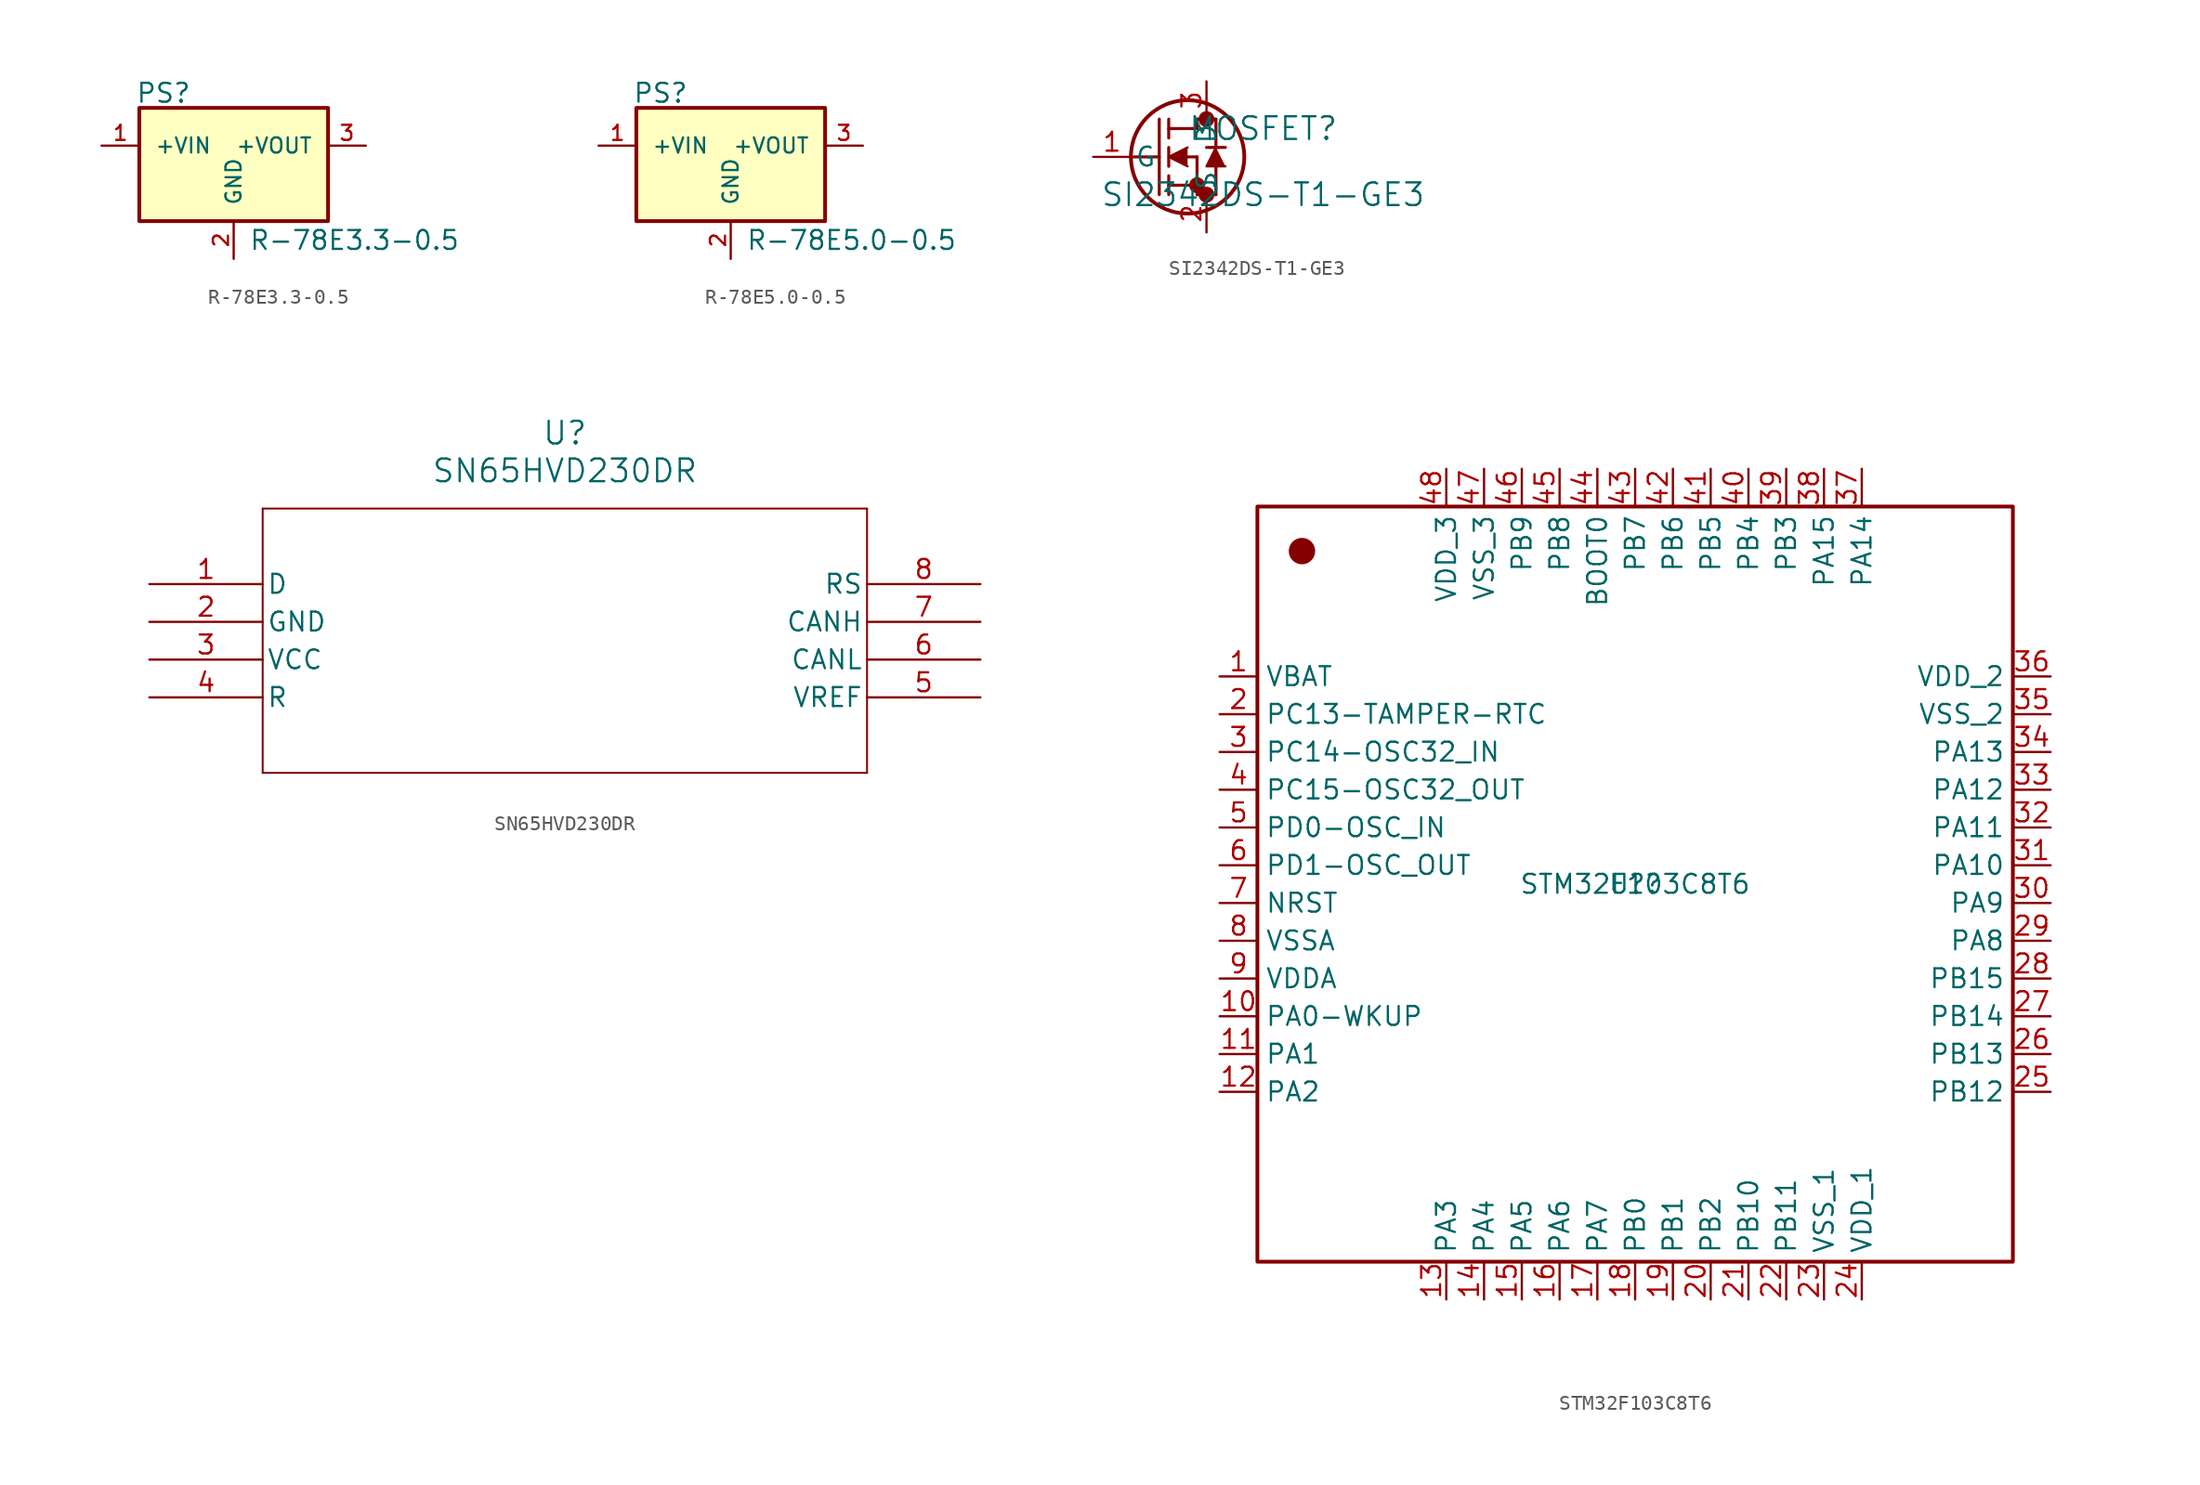
<source format=kicad_sym>
(kicad_symbol_lib
  (version 20241209)
  (generator "kicad_symbol_editor")
  (generator_version "9.0")
  (symbol "R-78E3.3-0.5"
    (pin_names
      (offset 1.016))
    (property "Reference" "PS"
      (at -6.604 2.794 0)
      (effects (font (size 1.27 1.27)) (justify left bottom)))
    (property "Value" "R-78E3.3-0.5"
      (at 1.016 -7.112 0)
      (effects (font (size 1.27 1.27)) (justify left bottom)))
    (symbol "R-78E3.3-0.5_0_0"
      (rectangle (start -6.35 2.54) (end 6.35 -5.08) (stroke (width 0.254) (type default)) (fill (type background)))
      (pin power_in line (at 0 -7.62 90) (length 2.54) (name "GND" (effects (font (size 1.016 1.016)))) (number "2" (effects (font (size 1.016 1.016))))))
    (symbol "R-78E3.3-0.5_1_0"
      (pin power_in line (at -8.89 0 0) (length 2.54) (name "+VIN" (effects (font (size 1.016 1.016)))) (number "1" (effects (font (size 1.016 1.016)))))
      (pin power_out line (at 8.89 0 180) (length 2.54) (name "+VOUT" (effects (font (size 1.016 1.016)))) (number "3" (effects (font (size 1.016 1.016)))))))
  (symbol "R-78E5.0-0.5"
    (pin_names
      (offset 1.016))
    (property "Reference" "PS"
      (at -6.604 2.794 0)
      (effects (font (size 1.27 1.27)) (justify left bottom)))
    (property "Value" "R-78E5.0-0.5"
      (at 1.016 -7.112 0)
      (effects (font (size 1.27 1.27)) (justify left bottom)))
    (symbol "R-78E5.0-0.5_0_0"
      (rectangle (start -6.35 2.54) (end 6.35 -5.08) (stroke (width 0.254) (type default)) (fill (type background)))
      (pin power_in line (at 0 -7.62 90) (length 2.54) (name "GND" (effects (font (size 1.016 1.016)))) (number "2" (effects (font (size 1.016 1.016))))))
    (symbol "R-78E5.0-0.5_1_0"
      (pin power_in line (at -8.89 0 0) (length 2.54) (name "+VIN" (effects (font (size 1.016 1.016)))) (number "1" (effects (font (size 1.016 1.016)))))
      (pin power_out line (at 8.89 0 180) (length 2.54) (name "+VOUT" (effects (font (size 1.016 1.016)))) (number "3" (effects (font (size 1.016 1.016)))))))
  (symbol "SI2342DS-T1-GE3"
    (pin_names
      (offset 0.254))
    (property "Reference" "MOSFET"
      (at 11.43 1.905 0)
      (effects (font (size 1.524 1.524))))
    (property "Value" "SI2342DS-T1-GE3"
      (at 11.43 -2.54 0)
      (effects (font (size 1.524 1.524))))
    (symbol "SI2342DS-T1-GE3_0_1"
      (polyline (pts (xy 2.54 0) (xy 4.445 0)) (stroke (width 0.203) (type default)) (fill (type none)))
      (polyline (pts (xy 4.445 -2.54) (xy 4.445 2.54)) (stroke (width 0.203) (type default)) (fill (type none)))
      (polyline (pts (xy 5.08 1.905) (xy 6.985 1.905)) (stroke (width 0.203) (type default)) (fill (type none)))
      (polyline (pts (xy 5.08 1.27) (xy 5.08 2.54)) (stroke (width 0.203) (type default)) (fill (type none)))
      (polyline (pts (xy 5.08 -0.635) (xy 5.08 0.635)) (stroke (width 0.203) (type default)) (fill (type none)))
      (polyline (pts (xy 5.08 -1.905) (xy 6.985 -1.905)) (stroke (width 0.203) (type default)) (fill (type none)))
      (polyline (pts (xy 5.08 -2.54) (xy 5.08 -1.27)) (stroke (width 0.203) (type default)) (fill (type none)))
      (polyline (pts (xy 6.35 0.635) (xy 5.08 0) (xy 6.35 -0.635)) (stroke (width 0) (type default)) (fill (type outline)))
      (polyline (pts (xy 6.35 0) (xy 6.985 0)) (stroke (width 0.203) (type default)) (fill (type none)))
      (circle (center 6.35 0) (radius 3.81) (stroke (width 0.254) (type default)) (fill (type none)))
      (polyline (pts (xy 6.985 2.54) (xy 8.255 2.54)) (stroke (width 0.203) (type default)) (fill (type none)))
      (polyline (pts (xy 6.985 1.905) (xy 6.985 2.54)) (stroke (width 0.203) (type default)) (fill (type none)))
      (circle (center 6.985 -1.905) (radius 0.025) (stroke (width 0.508) (type default)) (fill (type none)))
      (polyline (pts (xy 6.985 -2.54) (xy 6.985 0)) (stroke (width 0.203) (type default)) (fill (type none)))
      (polyline (pts (xy 6.985 -2.54) (xy 8.255 -2.54)) (stroke (width 0.203) (type default)) (fill (type none)))
      (circle (center 7.62 2.54) (radius 0.025) (stroke (width 0.508) (type default)) (fill (type none)))
      (circle (center 7.62 -2.54) (radius 0.025) (stroke (width 0.508) (type default)) (fill (type none)))
      (polyline (pts (xy 8.255 0.635) (xy 8.255 2.54)) (stroke (width 0.203) (type default)) (fill (type none)))
      (polyline (pts (xy 8.255 -2.54) (xy 8.255 -0.635)) (stroke (width 0.203) (type default)) (fill (type none)))
      (polyline (pts (xy 8.89 0.635) (xy 7.62 0.635)) (stroke (width 0.203) (type default)) (fill (type none)))
      (polyline (pts (xy 8.89 -0.635) (xy 7.62 -0.635) (xy 8.255 0.635)) (stroke (width 0) (type default)) (fill (type outline)))
      (pin unspecified line (at 0 0 0) (length 2.54) (name "G" (effects (font (size 1.27 1.27)))) (number "1" (effects (font (size 1.27 1.27)))))
      (pin unspecified line (at 7.62 5.08 270) (length 2.54) (name "D" (effects (font (size 1.27 1.27)))) (number "3" (effects (font (size 1.27 1.27)))))
      (pin unspecified line (at 7.62 -5.08 90) (length 2.54) (name "S" (effects (font (size 1.27 1.27)))) (number "2" (effects (font (size 1.27 1.27)))))))
  (symbol "SN65HVD230DR"
    (pin_names
      (offset 0.254))
    (property "Reference" "U"
      (at 27.94 10.16 0)
      (effects (font (size 1.524 1.524))))
    (property "Value" "SN65HVD230DR"
      (at 27.94 7.62 0)
      (effects (font (size 1.524 1.524))))
    (symbol "SN65HVD230DR_0_1"
      (polyline (pts (xy 7.62 5.08) (xy 7.62 -12.7)) (stroke (width 0.127) (type default)) (fill (type none)))
      (polyline (pts (xy 7.62 -12.7) (xy 48.26 -12.7)) (stroke (width 0.127) (type default)) (fill (type none)))
      (polyline (pts (xy 48.26 5.08) (xy 7.62 5.08)) (stroke (width 0.127) (type default)) (fill (type none)))
      (polyline (pts (xy 48.26 -12.7) (xy 48.26 5.08)) (stroke (width 0.127) (type default)) (fill (type none)))
      (pin input line (at 0 0 0) (length 7.62) (name "D" (effects (font (size 1.27 1.27)))) (number "1" (effects (font (size 1.27 1.27)))))
      (pin power_in line (at 0 -2.54 0) (length 7.62) (name "GND" (effects (font (size 1.27 1.27)))) (number "2" (effects (font (size 1.27 1.27)))))
      (pin power_in line (at 0 -5.08 0) (length 7.62) (name "VCC" (effects (font (size 1.27 1.27)))) (number "3" (effects (font (size 1.27 1.27)))))
      (pin input line (at 0 -7.62 0) (length 7.62) (name "R" (effects (font (size 1.27 1.27)))) (number "4" (effects (font (size 1.27 1.27)))))
      (pin input line (at 55.88 0 180) (length 7.62) (name "RS" (effects (font (size 1.27 1.27)))) (number "8" (effects (font (size 1.27 1.27)))))
      (pin output line (at 55.88 -2.54 180) (length 7.62) (name "CANH" (effects (font (size 1.27 1.27)))) (number "7" (effects (font (size 1.27 1.27)))))
      (pin output line (at 55.88 -5.08 180) (length 7.62) (name "CANL" (effects (font (size 1.27 1.27)))) (number "6" (effects (font (size 1.27 1.27)))))
      (pin power_in line (at 55.88 -7.62 180) (length 7.62) (name "VREF" (effects (font (size 1.27 1.27)))) (number "5" (effects (font (size 1.27 1.27)))))))
  (symbol "STM32F103C8T6"
    (property "Reference" "U?"
      (at 0 0 0)
      (effects (font (size 1.27 1.27))))
    (property "Value" "STM32F103C8T6"
      (at 0 0 0)
      (effects (font (size 1.27 1.27))))
    (symbol "STM32F103C8T6_0_0"
      (rectangle (start -25.4 25.4) (end 25.4 -25.4) (stroke (width 0.254) (type solid)) (fill (type none)))
      (circle (center -22.403 22.403) (radius 0.762) (stroke (width 0.254) (type solid)) (fill (type outline)))
      (pin unspecified line (at -27.94 13.97 0) (length 2.54) (name "VBAT" (effects (font (size 1.27 1.27)))) (number "1" (effects (font (size 1.27 1.27)))))
      (pin unspecified line (at -27.94 11.43 0) (length 2.54) (name "PC13-TAMPER-RTC" (effects (font (size 1.27 1.27)))) (number "2" (effects (font (size 1.27 1.27)))))
      (pin unspecified line (at -27.94 8.89 0) (length 2.54) (name "PC14-OSC32_IN" (effects (font (size 1.27 1.27)))) (number "3" (effects (font (size 1.27 1.27)))))
      (pin unspecified line (at -27.94 6.35 0) (length 2.54) (name "PC15-OSC32_OUT" (effects (font (size 1.27 1.27)))) (number "4" (effects (font (size 1.27 1.27)))))
      (pin unspecified line (at -27.94 3.81 0) (length 2.54) (name "PD0-OSC_IN" (effects (font (size 1.27 1.27)))) (number "5" (effects (font (size 1.27 1.27)))))
      (pin unspecified line (at -27.94 1.27 0) (length 2.54) (name "PD1-OSC_OUT" (effects (font (size 1.27 1.27)))) (number "6" (effects (font (size 1.27 1.27)))))
      (pin unspecified line (at -27.94 -1.27 0) (length 2.54) (name "NRST" (effects (font (size 1.27 1.27)))) (number "7" (effects (font (size 1.27 1.27)))))
      (pin unspecified line (at -27.94 -3.81 0) (length 2.54) (name "VSSA" (effects (font (size 1.27 1.27)))) (number "8" (effects (font (size 1.27 1.27)))))
      (pin unspecified line (at -27.94 -6.35 0) (length 2.54) (name "VDDA" (effects (font (size 1.27 1.27)))) (number "9" (effects (font (size 1.27 1.27)))))
      (pin unspecified line (at -27.94 -8.89 0) (length 2.54) (name "PA0-WKUP" (effects (font (size 1.27 1.27)))) (number "10" (effects (font (size 1.27 1.27)))))
      (pin unspecified line (at -27.94 -11.43 0) (length 2.54) (name "PA1" (effects (font (size 1.27 1.27)))) (number "11" (effects (font (size 1.27 1.27)))))
      (pin unspecified line (at -27.94 -13.97 0) (length 2.54) (name "PA2" (effects (font (size 1.27 1.27)))) (number "12" (effects (font (size 1.27 1.27)))))
      (pin unspecified line (at -12.7 27.94 270) (length 2.54) (name "VDD_3" (effects (font (size 1.27 1.27)))) (number "48" (effects (font (size 1.27 1.27)))))
      (pin unspecified line (at -12.7 -27.94 90) (length 2.54) (name "PA3" (effects (font (size 1.27 1.27)))) (number "13" (effects (font (size 1.27 1.27)))))
      (pin unspecified line (at -10.16 27.94 270) (length 2.54) (name "VSS_3" (effects (font (size 1.27 1.27)))) (number "47" (effects (font (size 1.27 1.27)))))
      (pin unspecified line (at -10.16 -27.94 90) (length 2.54) (name "PA4" (effects (font (size 1.27 1.27)))) (number "14" (effects (font (size 1.27 1.27)))))
      (pin unspecified line (at -7.62 27.94 270) (length 2.54) (name "PB9" (effects (font (size 1.27 1.27)))) (number "46" (effects (font (size 1.27 1.27)))))
      (pin unspecified line (at -7.62 -27.94 90) (length 2.54) (name "PA5" (effects (font (size 1.27 1.27)))) (number "15" (effects (font (size 1.27 1.27)))))
      (pin unspecified line (at -5.08 27.94 270) (length 2.54) (name "PB8" (effects (font (size 1.27 1.27)))) (number "45" (effects (font (size 1.27 1.27)))))
      (pin unspecified line (at -5.08 -27.94 90) (length 2.54) (name "PA6" (effects (font (size 1.27 1.27)))) (number "16" (effects (font (size 1.27 1.27)))))
      (pin unspecified line (at -2.54 27.94 270) (length 2.54) (name "BOOT0" (effects (font (size 1.27 1.27)))) (number "44" (effects (font (size 1.27 1.27)))))
      (pin unspecified line (at -2.54 -27.94 90) (length 2.54) (name "PA7" (effects (font (size 1.27 1.27)))) (number "17" (effects (font (size 1.27 1.27)))))
      (pin unspecified line (at 0 27.94 270) (length 2.54) (name "PB7" (effects (font (size 1.27 1.27)))) (number "43" (effects (font (size 1.27 1.27)))))
      (pin unspecified line (at 0 -27.94 90) (length 2.54) (name "PB0" (effects (font (size 1.27 1.27)))) (number "18" (effects (font (size 1.27 1.27)))))
      (pin unspecified line (at 2.54 27.94 270) (length 2.54) (name "PB6" (effects (font (size 1.27 1.27)))) (number "42" (effects (font (size 1.27 1.27)))))
      (pin unspecified line (at 2.54 -27.94 90) (length 2.54) (name "PB1" (effects (font (size 1.27 1.27)))) (number "19" (effects (font (size 1.27 1.27)))))
      (pin unspecified line (at 5.08 27.94 270) (length 2.54) (name "PB5" (effects (font (size 1.27 1.27)))) (number "41" (effects (font (size 1.27 1.27)))))
      (pin unspecified line (at 5.08 -27.94 90) (length 2.54) (name "PB2" (effects (font (size 1.27 1.27)))) (number "20" (effects (font (size 1.27 1.27)))))
      (pin unspecified line (at 7.62 27.94 270) (length 2.54) (name "PB4" (effects (font (size 1.27 1.27)))) (number "40" (effects (font (size 1.27 1.27)))))
      (pin unspecified line (at 7.62 -27.94 90) (length 2.54) (name "PB10" (effects (font (size 1.27 1.27)))) (number "21" (effects (font (size 1.27 1.27)))))
      (pin unspecified line (at 10.16 27.94 270) (length 2.54) (name "PB3" (effects (font (size 1.27 1.27)))) (number "39" (effects (font (size 1.27 1.27)))))
      (pin unspecified line (at 10.16 -27.94 90) (length 2.54) (name "PB11" (effects (font (size 1.27 1.27)))) (number "22" (effects (font (size 1.27 1.27)))))
      (pin unspecified line (at 12.7 27.94 270) (length 2.54) (name "PA15" (effects (font (size 1.27 1.27)))) (number "38" (effects (font (size 1.27 1.27)))))
      (pin unspecified line (at 12.7 -27.94 90) (length 2.54) (name "VSS_1" (effects (font (size 1.27 1.27)))) (number "23" (effects (font (size 1.27 1.27)))))
      (pin unspecified line (at 15.24 27.94 270) (length 2.54) (name "PA14" (effects (font (size 1.27 1.27)))) (number "37" (effects (font (size 1.27 1.27)))))
      (pin unspecified line (at 15.24 -27.94 90) (length 2.54) (name "VDD_1" (effects (font (size 1.27 1.27)))) (number "24" (effects (font (size 1.27 1.27)))))
      (pin unspecified line (at 27.94 13.97 180) (length 2.54) (name "VDD_2" (effects (font (size 1.27 1.27)))) (number "36" (effects (font (size 1.27 1.27)))))
      (pin unspecified line (at 27.94 11.43 180) (length 2.54) (name "VSS_2" (effects (font (size 1.27 1.27)))) (number "35" (effects (font (size 1.27 1.27)))))
      (pin unspecified line (at 27.94 8.89 180) (length 2.54) (name "PA13" (effects (font (size 1.27 1.27)))) (number "34" (effects (font (size 1.27 1.27)))))
      (pin unspecified line (at 27.94 6.35 180) (length 2.54) (name "PA12" (effects (font (size 1.27 1.27)))) (number "33" (effects (font (size 1.27 1.27)))))
      (pin unspecified line (at 27.94 3.81 180) (length 2.54) (name "PA11" (effects (font (size 1.27 1.27)))) (number "32" (effects (font (size 1.27 1.27)))))
      (pin unspecified line (at 27.94 1.27 180) (length 2.54) (name "PA10" (effects (font (size 1.27 1.27)))) (number "31" (effects (font (size 1.27 1.27)))))
      (pin unspecified line (at 27.94 -1.27 180) (length 2.54) (name "PA9" (effects (font (size 1.27 1.27)))) (number "30" (effects (font (size 1.27 1.27)))))
      (pin unspecified line (at 27.94 -3.81 180) (length 2.54) (name "PA8" (effects (font (size 1.27 1.27)))) (number "29" (effects (font (size 1.27 1.27)))))
      (pin unspecified line (at 27.94 -6.35 180) (length 2.54) (name "PB15" (effects (font (size 1.27 1.27)))) (number "28" (effects (font (size 1.27 1.27)))))
      (pin unspecified line (at 27.94 -8.89 180) (length 2.54) (name "PB14" (effects (font (size 1.27 1.27)))) (number "27" (effects (font (size 1.27 1.27)))))
      (pin unspecified line (at 27.94 -11.43 180) (length 2.54) (name "PB13" (effects (font (size 1.27 1.27)))) (number "26" (effects (font (size 1.27 1.27)))))
      (pin unspecified line (at 27.94 -13.97 180) (length 2.54) (name "PB12" (effects (font (size 1.27 1.27)))) (number "25" (effects (font (size 1.27 1.27))))))))
</source>
